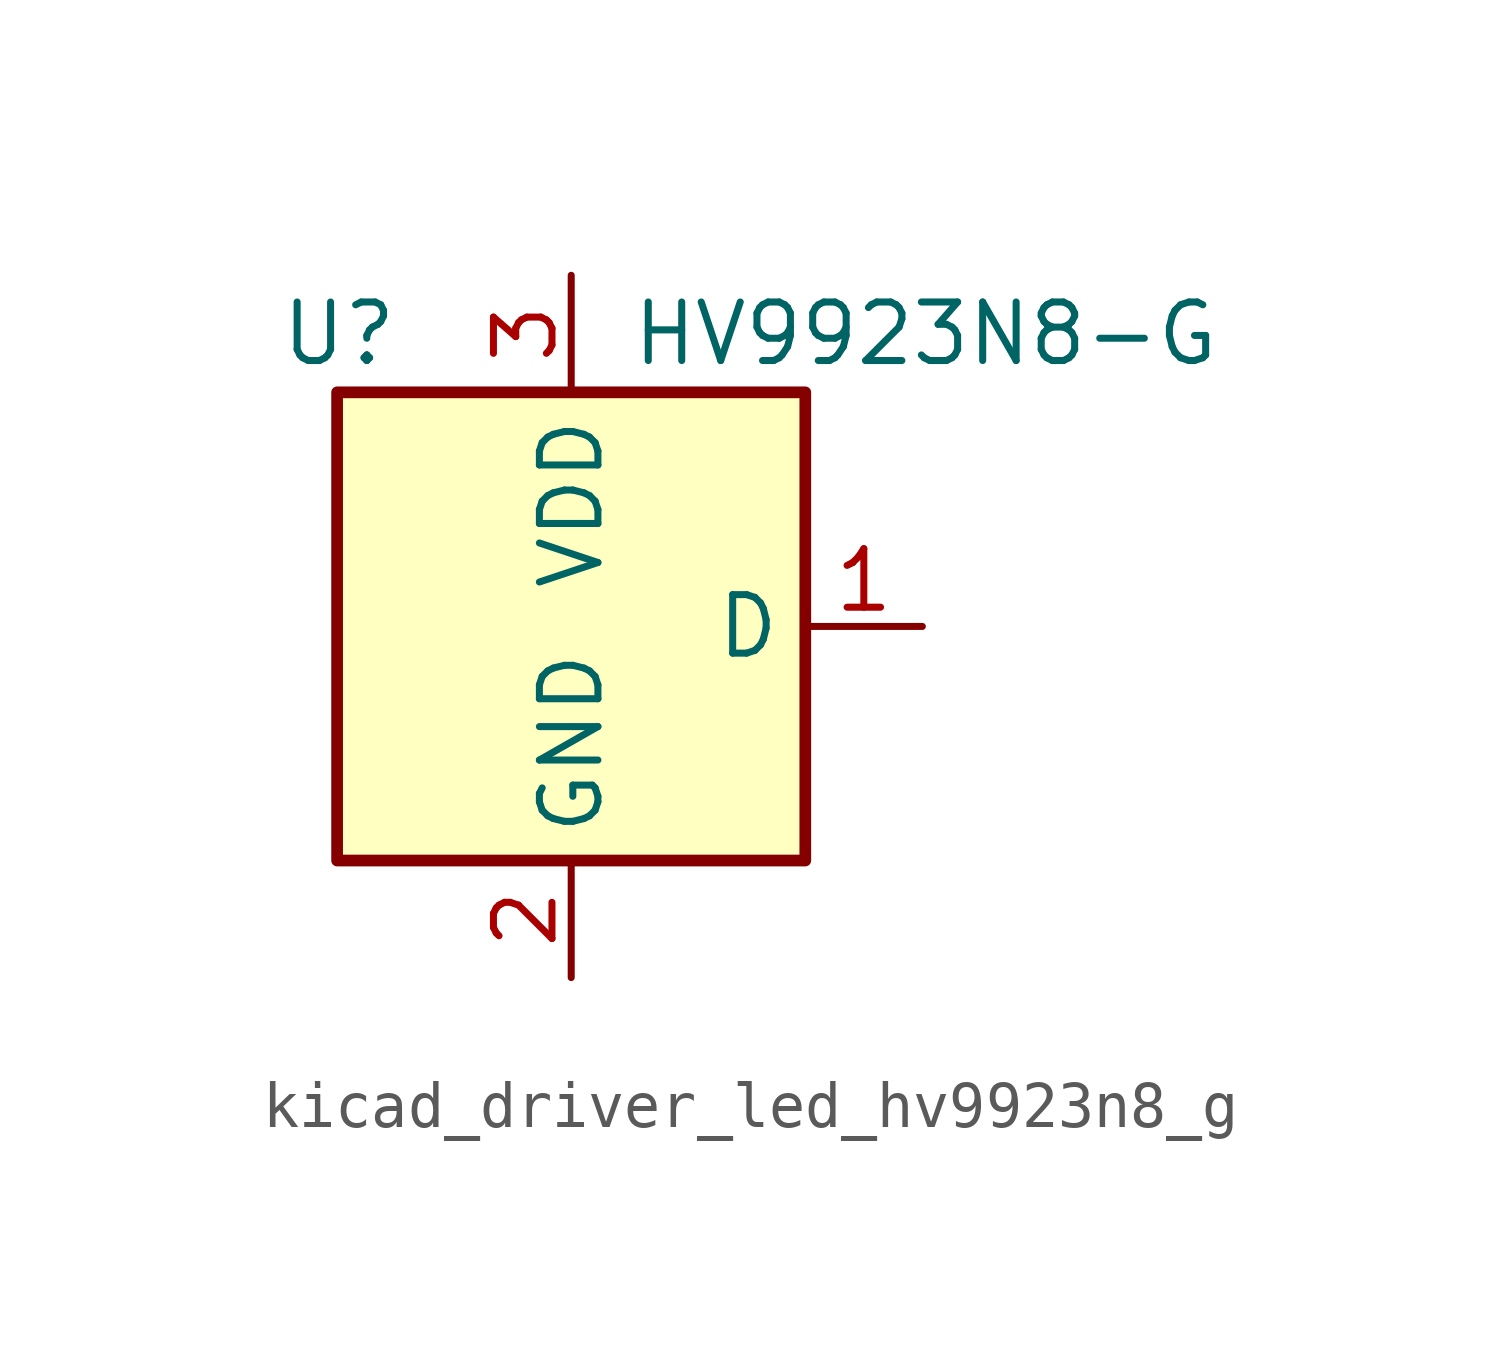
<source format=kicad_sym>
(kicad_symbol_lib
  (version 20220914)
  (generator kicad_symbol_editor)
  (symbol "kicad_driver_led_hv9923n8_g"
    (property "Reference" "U"
      (at -6.35 6.35 0)
      (effects (font (size 1.27 1.27)) (justify left)))
    (property "Value" "HV9923N8-G"
      (at 1.27 6.35 0)
      (effects (font (size 1.27 1.27)) (justify left)))
    (symbol "kicad_driver_led_hv9923n8_g_0_1"
      (rectangle (start -5.08 5.08) (end 5.08 -5.08) (stroke (width 0.254) (type default)) (fill (type background))))
    (symbol "kicad_driver_led_hv9923n8_g_1_1"
      (pin passive line (at 7.62 0 180) (length 2.54) (name "D" (effects (font (size 1.27 1.27)))) (number "1" (effects (font (size 1.27 1.27)))))
      (pin power_in line (at 0 -7.62 90) (length 2.54) (name "GND" (effects (font (size 1.27 1.27)))) (number "2" (effects (font (size 1.27 1.27)))))
      (pin output line (at 0 7.62 270) (length 2.54) (name "VDD" (effects (font (size 1.27 1.27)))) (number "3" (effects (font (size 1.27 1.27))))))))
</source>
